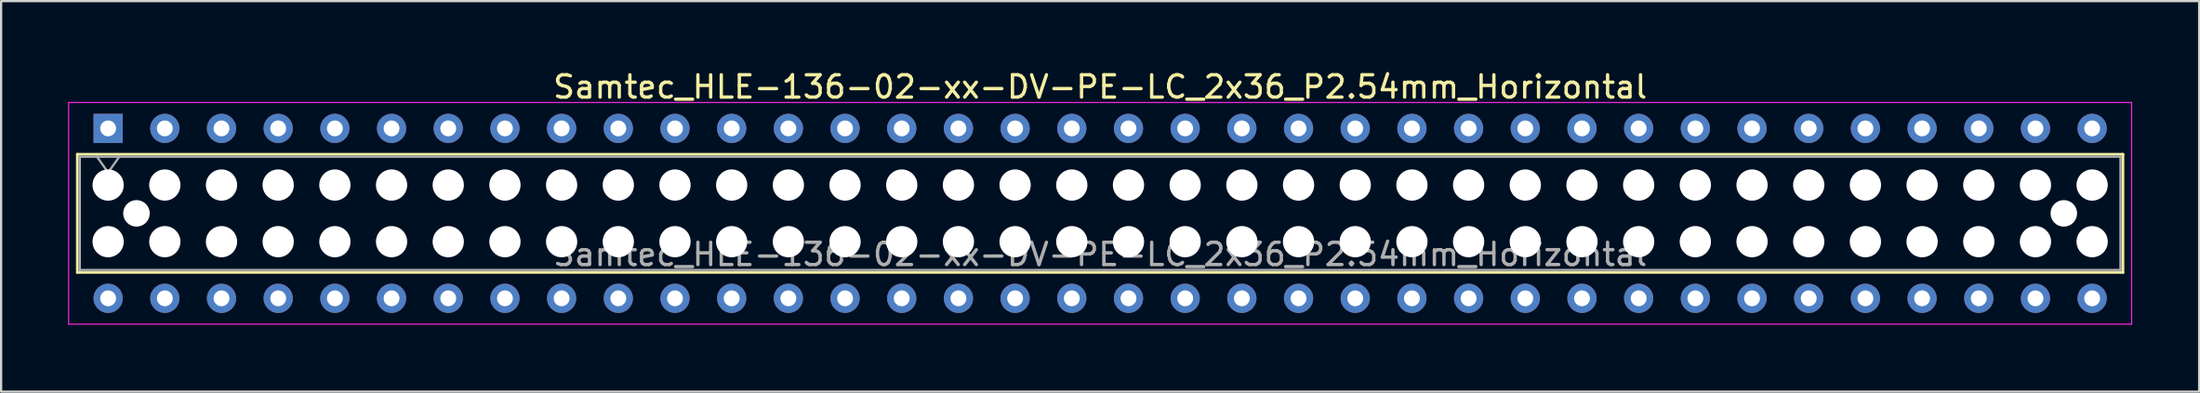
<source format=kicad_pcb>
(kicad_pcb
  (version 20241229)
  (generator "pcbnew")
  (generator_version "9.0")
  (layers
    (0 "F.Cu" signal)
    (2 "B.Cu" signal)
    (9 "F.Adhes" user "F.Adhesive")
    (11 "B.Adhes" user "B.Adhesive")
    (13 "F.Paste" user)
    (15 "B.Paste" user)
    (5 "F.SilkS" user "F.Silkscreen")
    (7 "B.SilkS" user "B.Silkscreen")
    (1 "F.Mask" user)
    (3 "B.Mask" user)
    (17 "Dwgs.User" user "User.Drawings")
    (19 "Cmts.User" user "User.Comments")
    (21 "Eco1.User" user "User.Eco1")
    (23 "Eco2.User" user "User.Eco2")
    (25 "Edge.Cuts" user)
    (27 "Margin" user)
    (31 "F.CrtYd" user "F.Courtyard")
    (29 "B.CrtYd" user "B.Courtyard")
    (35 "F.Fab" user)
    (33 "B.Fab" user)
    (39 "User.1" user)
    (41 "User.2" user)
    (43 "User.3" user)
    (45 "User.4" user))
  (footprint "Samtec_HLE-136-02-xx-DV-PE-LC_2x36_P2.54mm_Horizontal"
    (layer "F.Cu")
    (at 1.795 2.708)
    (property "Reference" "Samtec_HLE-136-02-xx-DV-PE-LC_2x36_P2.54mm_Horizontal" (at 44.45 -1.86 0) (layer "F.SilkS") (effects (font (size 1 1) (thickness 0.15))))
    (attr through_hole)
    (fp_line (start -1.38 1.16) (end 90.28 1.16) (stroke (width 0.12) (type solid)) (layer "F.SilkS"))
    (fp_line (start -1.38 6.46) (end -1.38 1.16) (stroke (width 0.12) (type solid)) (layer "F.SilkS"))
    (fp_line (start 90.28 1.16) (end 90.28 6.46) (stroke (width 0.12) (type solid)) (layer "F.SilkS"))
    (fp_line (start 90.28 6.46) (end -1.38 6.46) (stroke (width 0.12) (type solid)) (layer "F.SilkS"))
    (fp_line (start -1.77 -1.16) (end 90.67 -1.16) (stroke (width 0.05) (type solid)) (layer "F.CrtYd"))
    (fp_line (start -1.77 8.78) (end -1.77 -1.16) (stroke (width 0.05) (type solid)) (layer "F.CrtYd"))
    (fp_line (start 90.67 -1.16) (end 90.67 8.78) (stroke (width 0.05) (type solid)) (layer "F.CrtYd"))
    (fp_line (start 90.67 8.78) (end -1.77 8.78) (stroke (width 0.05) (type solid)) (layer "F.CrtYd"))
    (fp_line (start -1.27 1.27) (end 90.17 1.27) (stroke (width 0.1) (type solid)) (layer "F.Fab"))
    (fp_line (start -1.27 6.35) (end -1.27 1.27) (stroke (width 0.1) (type solid)) (layer "F.Fab"))
    (fp_line (start -0.5 1.27) (end 0 1.977) (stroke (width 0.1) (type solid)) (layer "F.Fab"))
    (fp_line (start 0 1.977) (end 0.5 1.27) (stroke (width 0.1) (type solid)) (layer "F.Fab"))
    (fp_line (start 90.17 1.27) (end 90.17 6.35) (stroke (width 0.1) (type solid)) (layer "F.Fab"))
    (fp_line (start 90.17 6.35) (end -1.27 6.35) (stroke (width 0.1) (type solid)) (layer "F.Fab"))
    (fp_text user "${REFERENCE}" (at 44.45 5.65 0) (layer "F.Fab") (effects (font (size 1 1) (thickness 0.15))))
    (pad "" np_thru_hole circle (at 0 2.54) (size 1.4 1.4) (drill 1.4) (layers "*.Cu" "*.Mask"))
    (pad "" np_thru_hole circle (at 0 5.08) (size 1.4 1.4) (drill 1.4) (layers "*.Cu" "*.Mask"))
    (pad "" np_thru_hole circle (at 1.27 3.81) (size 1.19 1.19) (drill 1.19) (layers "*.Cu" "*.Mask"))
    (pad "" np_thru_hole circle (at 2.54 2.54) (size 1.4 1.4) (drill 1.4) (layers "*.Cu" "*.Mask"))
    (pad "" np_thru_hole circle (at 2.54 5.08) (size 1.4 1.4) (drill 1.4) (layers "*.Cu" "*.Mask"))
    (pad "" np_thru_hole circle (at 5.08 2.54) (size 1.4 1.4) (drill 1.4) (layers "*.Cu" "*.Mask"))
    (pad "" np_thru_hole circle (at 5.08 5.08) (size 1.4 1.4) (drill 1.4) (layers "*.Cu" "*.Mask"))
    (pad "" np_thru_hole circle (at 7.62 2.54) (size 1.4 1.4) (drill 1.4) (layers "*.Cu" "*.Mask"))
    (pad "" np_thru_hole circle (at 7.62 5.08) (size 1.4 1.4) (drill 1.4) (layers "*.Cu" "*.Mask"))
    (pad "" np_thru_hole circle (at 10.16 2.54) (size 1.4 1.4) (drill 1.4) (layers "*.Cu" "*.Mask"))
    (pad "" np_thru_hole circle (at 10.16 5.08) (size 1.4 1.4) (drill 1.4) (layers "*.Cu" "*.Mask"))
    (pad "" np_thru_hole circle (at 12.7 2.54) (size 1.4 1.4) (drill 1.4) (layers "*.Cu" "*.Mask"))
    (pad "" np_thru_hole circle (at 12.7 5.08) (size 1.4 1.4) (drill 1.4) (layers "*.Cu" "*.Mask"))
    (pad "" np_thru_hole circle (at 15.24 2.54) (size 1.4 1.4) (drill 1.4) (layers "*.Cu" "*.Mask"))
    (pad "" np_thru_hole circle (at 15.24 5.08) (size 1.4 1.4) (drill 1.4) (layers "*.Cu" "*.Mask"))
    (pad "" np_thru_hole circle (at 17.78 2.54) (size 1.4 1.4) (drill 1.4) (layers "*.Cu" "*.Mask"))
    (pad "" np_thru_hole circle (at 17.78 5.08) (size 1.4 1.4) (drill 1.4) (layers "*.Cu" "*.Mask"))
    (pad "" np_thru_hole circle (at 20.32 2.54) (size 1.4 1.4) (drill 1.4) (layers "*.Cu" "*.Mask"))
    (pad "" np_thru_hole circle (at 20.32 5.08) (size 1.4 1.4) (drill 1.4) (layers "*.Cu" "*.Mask"))
    (pad "" np_thru_hole circle (at 22.86 2.54) (size 1.4 1.4) (drill 1.4) (layers "*.Cu" "*.Mask"))
    (pad "" np_thru_hole circle (at 22.86 5.08) (size 1.4 1.4) (drill 1.4) (layers "*.Cu" "*.Mask"))
    (pad "" np_thru_hole circle (at 25.4 2.54) (size 1.4 1.4) (drill 1.4) (layers "*.Cu" "*.Mask"))
    (pad "" np_thru_hole circle (at 25.4 5.08) (size 1.4 1.4) (drill 1.4) (layers "*.Cu" "*.Mask"))
    (pad "" np_thru_hole circle (at 27.94 2.54) (size 1.4 1.4) (drill 1.4) (layers "*.Cu" "*.Mask"))
    (pad "" np_thru_hole circle (at 27.94 5.08) (size 1.4 1.4) (drill 1.4) (layers "*.Cu" "*.Mask"))
    (pad "" np_thru_hole circle (at 30.48 2.54) (size 1.4 1.4) (drill 1.4) (layers "*.Cu" "*.Mask"))
    (pad "" np_thru_hole circle (at 30.48 5.08) (size 1.4 1.4) (drill 1.4) (layers "*.Cu" "*.Mask"))
    (pad "" np_thru_hole circle (at 33.02 2.54) (size 1.4 1.4) (drill 1.4) (layers "*.Cu" "*.Mask"))
    (pad "" np_thru_hole circle (at 33.02 5.08) (size 1.4 1.4) (drill 1.4) (layers "*.Cu" "*.Mask"))
    (pad "" np_thru_hole circle (at 35.56 2.54) (size 1.4 1.4) (drill 1.4) (layers "*.Cu" "*.Mask"))
    (pad "" np_thru_hole circle (at 35.56 5.08) (size 1.4 1.4) (drill 1.4) (layers "*.Cu" "*.Mask"))
    (pad "" np_thru_hole circle (at 38.1 2.54) (size 1.4 1.4) (drill 1.4) (layers "*.Cu" "*.Mask"))
    (pad "" np_thru_hole circle (at 38.1 5.08) (size 1.4 1.4) (drill 1.4) (layers "*.Cu" "*.Mask"))
    (pad "" np_thru_hole circle (at 40.64 2.54) (size 1.4 1.4) (drill 1.4) (layers "*.Cu" "*.Mask"))
    (pad "" np_thru_hole circle (at 40.64 5.08) (size 1.4 1.4) (drill 1.4) (layers "*.Cu" "*.Mask"))
    (pad "" np_thru_hole circle (at 43.18 2.54) (size 1.4 1.4) (drill 1.4) (layers "*.Cu" "*.Mask"))
    (pad "" np_thru_hole circle (at 43.18 5.08) (size 1.4 1.4) (drill 1.4) (layers "*.Cu" "*.Mask"))
    (pad "" np_thru_hole circle (at 45.72 2.54) (size 1.4 1.4) (drill 1.4) (layers "*.Cu" "*.Mask"))
    (pad "" np_thru_hole circle (at 45.72 5.08) (size 1.4 1.4) (drill 1.4) (layers "*.Cu" "*.Mask"))
    (pad "" np_thru_hole circle (at 48.26 2.54) (size 1.4 1.4) (drill 1.4) (layers "*.Cu" "*.Mask"))
    (pad "" np_thru_hole circle (at 48.26 5.08) (size 1.4 1.4) (drill 1.4) (layers "*.Cu" "*.Mask"))
    (pad "" np_thru_hole circle (at 50.8 2.54) (size 1.4 1.4) (drill 1.4) (layers "*.Cu" "*.Mask"))
    (pad "" np_thru_hole circle (at 50.8 5.08) (size 1.4 1.4) (drill 1.4) (layers "*.Cu" "*.Mask"))
    (pad "" np_thru_hole circle (at 53.34 2.54) (size 1.4 1.4) (drill 1.4) (layers "*.Cu" "*.Mask"))
    (pad "" np_thru_hole circle (at 53.34 5.08) (size 1.4 1.4) (drill 1.4) (layers "*.Cu" "*.Mask"))
    (pad "" np_thru_hole circle (at 55.88 2.54) (size 1.4 1.4) (drill 1.4) (layers "*.Cu" "*.Mask"))
    (pad "" np_thru_hole circle (at 55.88 5.08) (size 1.4 1.4) (drill 1.4) (layers "*.Cu" "*.Mask"))
    (pad "" np_thru_hole circle (at 58.42 2.54) (size 1.4 1.4) (drill 1.4) (layers "*.Cu" "*.Mask"))
    (pad "" np_thru_hole circle (at 58.42 5.08) (size 1.4 1.4) (drill 1.4) (layers "*.Cu" "*.Mask"))
    (pad "" np_thru_hole circle (at 60.96 2.54) (size 1.4 1.4) (drill 1.4) (layers "*.Cu" "*.Mask"))
    (pad "" np_thru_hole circle (at 60.96 5.08) (size 1.4 1.4) (drill 1.4) (layers "*.Cu" "*.Mask"))
    (pad "" np_thru_hole circle (at 63.5 2.54) (size 1.4 1.4) (drill 1.4) (layers "*.Cu" "*.Mask"))
    (pad "" np_thru_hole circle (at 63.5 5.08) (size 1.4 1.4) (drill 1.4) (layers "*.Cu" "*.Mask"))
    (pad "" np_thru_hole circle (at 66.04 2.54) (size 1.4 1.4) (drill 1.4) (layers "*.Cu" "*.Mask"))
    (pad "" np_thru_hole circle (at 66.04 5.08) (size 1.4 1.4) (drill 1.4) (layers "*.Cu" "*.Mask"))
    (pad "" np_thru_hole circle (at 68.58 2.54) (size 1.4 1.4) (drill 1.4) (layers "*.Cu" "*.Mask"))
    (pad "" np_thru_hole circle (at 68.58 5.08) (size 1.4 1.4) (drill 1.4) (layers "*.Cu" "*.Mask"))
    (pad "" np_thru_hole circle (at 71.12 2.54) (size 1.4 1.4) (drill 1.4) (layers "*.Cu" "*.Mask"))
    (pad "" np_thru_hole circle (at 71.12 5.08) (size 1.4 1.4) (drill 1.4) (layers "*.Cu" "*.Mask"))
    (pad "" np_thru_hole circle (at 73.66 2.54) (size 1.4 1.4) (drill 1.4) (layers "*.Cu" "*.Mask"))
    (pad "" np_thru_hole circle (at 73.66 5.08) (size 1.4 1.4) (drill 1.4) (layers "*.Cu" "*.Mask"))
    (pad "" np_thru_hole circle (at 76.2 2.54) (size 1.4 1.4) (drill 1.4) (layers "*.Cu" "*.Mask"))
    (pad "" np_thru_hole circle (at 76.2 5.08) (size 1.4 1.4) (drill 1.4) (layers "*.Cu" "*.Mask"))
    (pad "" np_thru_hole circle (at 78.74 2.54) (size 1.4 1.4) (drill 1.4) (layers "*.Cu" "*.Mask"))
    (pad "" np_thru_hole circle (at 78.74 5.08) (size 1.4 1.4) (drill 1.4) (layers "*.Cu" "*.Mask"))
    (pad "" np_thru_hole circle (at 81.28 2.54) (size 1.4 1.4) (drill 1.4) (layers "*.Cu" "*.Mask"))
    (pad "" np_thru_hole circle (at 81.28 5.08) (size 1.4 1.4) (drill 1.4) (layers "*.Cu" "*.Mask"))
    (pad "" np_thru_hole circle (at 83.82 2.54) (size 1.4 1.4) (drill 1.4) (layers "*.Cu" "*.Mask"))
    (pad "" np_thru_hole circle (at 83.82 5.08) (size 1.4 1.4) (drill 1.4) (layers "*.Cu" "*.Mask"))
    (pad "" np_thru_hole circle (at 86.36 2.54) (size 1.4 1.4) (drill 1.4) (layers "*.Cu" "*.Mask"))
    (pad "" np_thru_hole circle (at 86.36 5.08) (size 1.4 1.4) (drill 1.4) (layers "*.Cu" "*.Mask"))
    (pad "" np_thru_hole circle (at 87.63 3.81) (size 1.19 1.19) (drill 1.19) (layers "*.Cu" "*.Mask"))
    (pad "" np_thru_hole circle (at 88.9 2.54) (size 1.4 1.4) (drill 1.4) (layers "*.Cu" "*.Mask"))
    (pad "" np_thru_hole circle (at 88.9 5.08) (size 1.4 1.4) (drill 1.4) (layers "*.Cu" "*.Mask"))
    (pad "1" thru_hole rect (at 0 0) (size 1.31 1.31) (drill 0.71) (layers "*.Cu" "*.Mask"))
    (pad "2" thru_hole circle (at 0 7.62) (size 1.31 1.31) (drill 0.71) (layers "*.Cu" "*.Mask"))
    (pad "3" thru_hole circle (at 2.54 0) (size 1.31 1.31) (drill 0.71) (layers "*.Cu" "*.Mask"))
    (pad "4" thru_hole circle (at 2.54 7.62) (size 1.31 1.31) (drill 0.71) (layers "*.Cu" "*.Mask"))
    (pad "5" thru_hole circle (at 5.08 0) (size 1.31 1.31) (drill 0.71) (layers "*.Cu" "*.Mask"))
    (pad "6" thru_hole circle (at 5.08 7.62) (size 1.31 1.31) (drill 0.71) (layers "*.Cu" "*.Mask"))
    (pad "7" thru_hole circle (at 7.62 0) (size 1.31 1.31) (drill 0.71) (layers "*.Cu" "*.Mask"))
    (pad "8" thru_hole circle (at 7.62 7.62) (size 1.31 1.31) (drill 0.71) (layers "*.Cu" "*.Mask"))
    (pad "9" thru_hole circle (at 10.16 0) (size 1.31 1.31) (drill 0.71) (layers "*.Cu" "*.Mask"))
    (pad "10" thru_hole circle (at 10.16 7.62) (size 1.31 1.31) (drill 0.71) (layers "*.Cu" "*.Mask"))
    (pad "11" thru_hole circle (at 12.7 0) (size 1.31 1.31) (drill 0.71) (layers "*.Cu" "*.Mask"))
    (pad "12" thru_hole circle (at 12.7 7.62) (size 1.31 1.31) (drill 0.71) (layers "*.Cu" "*.Mask"))
    (pad "13" thru_hole circle (at 15.24 0) (size 1.31 1.31) (drill 0.71) (layers "*.Cu" "*.Mask"))
    (pad "14" thru_hole circle (at 15.24 7.62) (size 1.31 1.31) (drill 0.71) (layers "*.Cu" "*.Mask"))
    (pad "15" thru_hole circle (at 17.78 0) (size 1.31 1.31) (drill 0.71) (layers "*.Cu" "*.Mask"))
    (pad "16" thru_hole circle (at 17.78 7.62) (size 1.31 1.31) (drill 0.71) (layers "*.Cu" "*.Mask"))
    (pad "17" thru_hole circle (at 20.32 0) (size 1.31 1.31) (drill 0.71) (layers "*.Cu" "*.Mask"))
    (pad "18" thru_hole circle (at 20.32 7.62) (size 1.31 1.31) (drill 0.71) (layers "*.Cu" "*.Mask"))
    (pad "19" thru_hole circle (at 22.86 0) (size 1.31 1.31) (drill 0.71) (layers "*.Cu" "*.Mask"))
    (pad "20" thru_hole circle (at 22.86 7.62) (size 1.31 1.31) (drill 0.71) (layers "*.Cu" "*.Mask"))
    (pad "21" thru_hole circle (at 25.4 0) (size 1.31 1.31) (drill 0.71) (layers "*.Cu" "*.Mask"))
    (pad "22" thru_hole circle (at 25.4 7.62) (size 1.31 1.31) (drill 0.71) (layers "*.Cu" "*.Mask"))
    (pad "23" thru_hole circle (at 27.94 0) (size 1.31 1.31) (drill 0.71) (layers "*.Cu" "*.Mask"))
    (pad "24" thru_hole circle (at 27.94 7.62) (size 1.31 1.31) (drill 0.71) (layers "*.Cu" "*.Mask"))
    (pad "25" thru_hole circle (at 30.48 0) (size 1.31 1.31) (drill 0.71) (layers "*.Cu" "*.Mask"))
    (pad "26" thru_hole circle (at 30.48 7.62) (size 1.31 1.31) (drill 0.71) (layers "*.Cu" "*.Mask"))
    (pad "27" thru_hole circle (at 33.02 0) (size 1.31 1.31) (drill 0.71) (layers "*.Cu" "*.Mask"))
    (pad "28" thru_hole circle (at 33.02 7.62) (size 1.31 1.31) (drill 0.71) (layers "*.Cu" "*.Mask"))
    (pad "29" thru_hole circle (at 35.56 0) (size 1.31 1.31) (drill 0.71) (layers "*.Cu" "*.Mask"))
    (pad "30" thru_hole circle (at 35.56 7.62) (size 1.31 1.31) (drill 0.71) (layers "*.Cu" "*.Mask"))
    (pad "31" thru_hole circle (at 38.1 0) (size 1.31 1.31) (drill 0.71) (layers "*.Cu" "*.Mask"))
    (pad "32" thru_hole circle (at 38.1 7.62) (size 1.31 1.31) (drill 0.71) (layers "*.Cu" "*.Mask"))
    (pad "33" thru_hole circle (at 40.64 0) (size 1.31 1.31) (drill 0.71) (layers "*.Cu" "*.Mask"))
    (pad "34" thru_hole circle (at 40.64 7.62) (size 1.31 1.31) (drill 0.71) (layers "*.Cu" "*.Mask"))
    (pad "35" thru_hole circle (at 43.18 0) (size 1.31 1.31) (drill 0.71) (layers "*.Cu" "*.Mask"))
    (pad "36" thru_hole circle (at 43.18 7.62) (size 1.31 1.31) (drill 0.71) (layers "*.Cu" "*.Mask"))
    (pad "37" thru_hole circle (at 45.72 0) (size 1.31 1.31) (drill 0.71) (layers "*.Cu" "*.Mask"))
    (pad "38" thru_hole circle (at 45.72 7.62) (size 1.31 1.31) (drill 0.71) (layers "*.Cu" "*.Mask"))
    (pad "39" thru_hole circle (at 48.26 0) (size 1.31 1.31) (drill 0.71) (layers "*.Cu" "*.Mask"))
    (pad "40" thru_hole circle (at 48.26 7.62) (size 1.31 1.31) (drill 0.71) (layers "*.Cu" "*.Mask"))
    (pad "41" thru_hole circle (at 50.8 0) (size 1.31 1.31) (drill 0.71) (layers "*.Cu" "*.Mask"))
    (pad "42" thru_hole circle (at 50.8 7.62) (size 1.31 1.31) (drill 0.71) (layers "*.Cu" "*.Mask"))
    (pad "43" thru_hole circle (at 53.34 0) (size 1.31 1.31) (drill 0.71) (layers "*.Cu" "*.Mask"))
    (pad "44" thru_hole circle (at 53.34 7.62) (size 1.31 1.31) (drill 0.71) (layers "*.Cu" "*.Mask"))
    (pad "45" thru_hole circle (at 55.88 0) (size 1.31 1.31) (drill 0.71) (layers "*.Cu" "*.Mask"))
    (pad "46" thru_hole circle (at 55.88 7.62) (size 1.31 1.31) (drill 0.71) (layers "*.Cu" "*.Mask"))
    (pad "47" thru_hole circle (at 58.42 0) (size 1.31 1.31) (drill 0.71) (layers "*.Cu" "*.Mask"))
    (pad "48" thru_hole circle (at 58.42 7.62) (size 1.31 1.31) (drill 0.71) (layers "*.Cu" "*.Mask"))
    (pad "49" thru_hole circle (at 60.96 0) (size 1.31 1.31) (drill 0.71) (layers "*.Cu" "*.Mask"))
    (pad "50" thru_hole circle (at 60.96 7.62) (size 1.31 1.31) (drill 0.71) (layers "*.Cu" "*.Mask"))
    (pad "51" thru_hole circle (at 63.5 0) (size 1.31 1.31) (drill 0.71) (layers "*.Cu" "*.Mask"))
    (pad "52" thru_hole circle (at 63.5 7.62) (size 1.31 1.31) (drill 0.71) (layers "*.Cu" "*.Mask"))
    (pad "53" thru_hole circle (at 66.04 0) (size 1.31 1.31) (drill 0.71) (layers "*.Cu" "*.Mask"))
    (pad "54" thru_hole circle (at 66.04 7.62) (size 1.31 1.31) (drill 0.71) (layers "*.Cu" "*.Mask"))
    (pad "55" thru_hole circle (at 68.58 0) (size 1.31 1.31) (drill 0.71) (layers "*.Cu" "*.Mask"))
    (pad "56" thru_hole circle (at 68.58 7.62) (size 1.31 1.31) (drill 0.71) (layers "*.Cu" "*.Mask"))
    (pad "57" thru_hole circle (at 71.12 0) (size 1.31 1.31) (drill 0.71) (layers "*.Cu" "*.Mask"))
    (pad "58" thru_hole circle (at 71.12 7.62) (size 1.31 1.31) (drill 0.71) (layers "*.Cu" "*.Mask"))
    (pad "59" thru_hole circle (at 73.66 0) (size 1.31 1.31) (drill 0.71) (layers "*.Cu" "*.Mask"))
    (pad "60" thru_hole circle (at 73.66 7.62) (size 1.31 1.31) (drill 0.71) (layers "*.Cu" "*.Mask"))
    (pad "61" thru_hole circle (at 76.2 0) (size 1.31 1.31) (drill 0.71) (layers "*.Cu" "*.Mask"))
    (pad "62" thru_hole circle (at 76.2 7.62) (size 1.31 1.31) (drill 0.71) (layers "*.Cu" "*.Mask"))
    (pad "63" thru_hole circle (at 78.74 0) (size 1.31 1.31) (drill 0.71) (layers "*.Cu" "*.Mask"))
    (pad "64" thru_hole circle (at 78.74 7.62) (size 1.31 1.31) (drill 0.71) (layers "*.Cu" "*.Mask"))
    (pad "65" thru_hole circle (at 81.28 0) (size 1.31 1.31) (drill 0.71) (layers "*.Cu" "*.Mask"))
    (pad "66" thru_hole circle (at 81.28 7.62) (size 1.31 1.31) (drill 0.71) (layers "*.Cu" "*.Mask"))
    (pad "67" thru_hole circle (at 83.82 0) (size 1.31 1.31) (drill 0.71) (layers "*.Cu" "*.Mask"))
    (pad "68" thru_hole circle (at 83.82 7.62) (size 1.31 1.31) (drill 0.71) (layers "*.Cu" "*.Mask"))
    (pad "69" thru_hole circle (at 86.36 0) (size 1.31 1.31) (drill 0.71) (layers "*.Cu" "*.Mask"))
    (pad "70" thru_hole circle (at 86.36 7.62) (size 1.31 1.31) (drill 0.71) (layers "*.Cu" "*.Mask"))
    (pad "71" thru_hole circle (at 88.9 0) (size 1.31 1.31) (drill 0.71) (layers "*.Cu" "*.Mask"))
    (pad "72" thru_hole circle (at 88.9 7.62) (size 1.31 1.31) (drill 0.71) (layers "*.Cu" "*.Mask")))
  (gr_rect
    (start -3 -3)
    (end 95.49 14.513)
    (stroke (width 0.1) (type default))
    (fill no)
    (layer "Edge.Cuts")))
</source>
